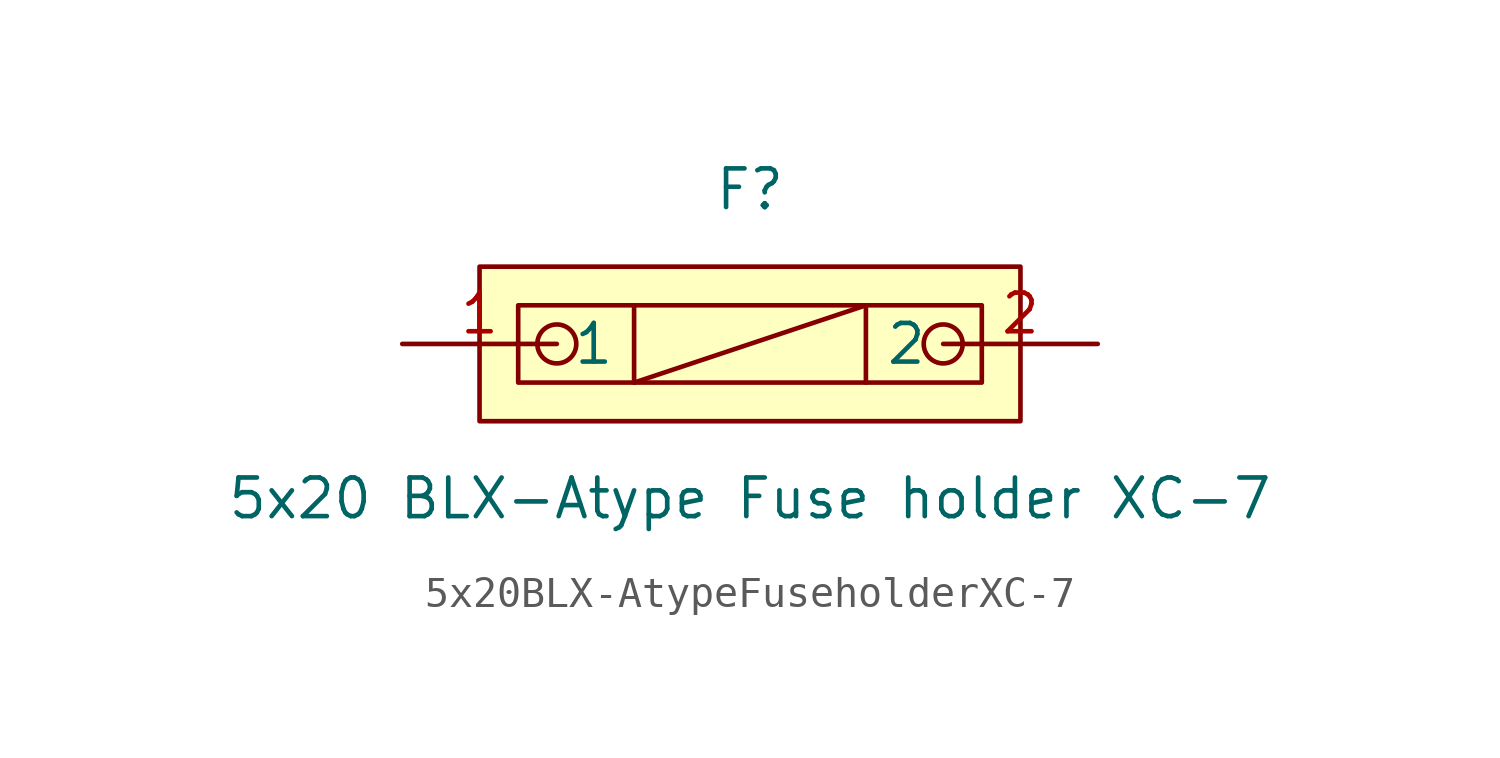
<source format=kicad_sym>
(kicad_symbol_lib
  (version 20211014)
  (generator https://github.com/uPesy/easyeda2kicad.py)
  (symbol "5x20BLX-AtypeFuseholderXC-7"
    (property "Reference" "F"
      (at 0 5.08 0)
      (effects (font (size 1.27 1.27))))
    (property "Value" "5x20 BLX-Atype Fuse holder XC-7"
      (at 0 -5.08 0)
      (effects (font (size 1.27 1.27))))
    (symbol "5x20BLX-AtypeFuseholderXC-7_0_1"
      (rectangle (start -8.89 2.54) (end 8.89 -2.54) (stroke (width 0) (type default) (color 0 0 0 0)) (fill (type background)))
      (rectangle (start -7.62 1.27) (end 7.62 -1.27) (stroke (width 0) (type default) (color 0 0 0 0)) (fill (type background)))
      (circle (center -6.35 -0.00) (radius 0.64) (stroke (width 0) (type default) (color 0 0 0 0)) (fill (type none)))
      (circle (center 6.35 -0.00) (radius 0.64) (stroke (width 0) (type default) (color 0 0 0 0)) (fill (type none)))
      (polyline (pts (xy -3.81 1.27) (xy -3.81 -1.27)) (stroke (width 0) (type default) (color 0 0 0 0)) (fill (type none)))
      (polyline (pts (xy 3.81 1.27) (xy 3.81 -1.27)) (stroke (width 0) (type default) (color 0 0 0 0)) (fill (type none)))
      (polyline (pts (xy 3.81 1.27) (xy -3.81 -1.27)) (stroke (width 0) (type default) (color 0 0 0 0)) (fill (type none)))
      (pin unspecified line (at -11.43 -0.00 0) (length 5.08) (name "1" (effects (font (size 1.27 1.27)))) (number "1" (effects (font (size 1.27 1.27)))))
      (pin unspecified line (at 11.43 -0.00 180) (length 5.08) (name "2" (effects (font (size 1.27 1.27)))) (number "2" (effects (font (size 1.27 1.27))))))))
</source>
